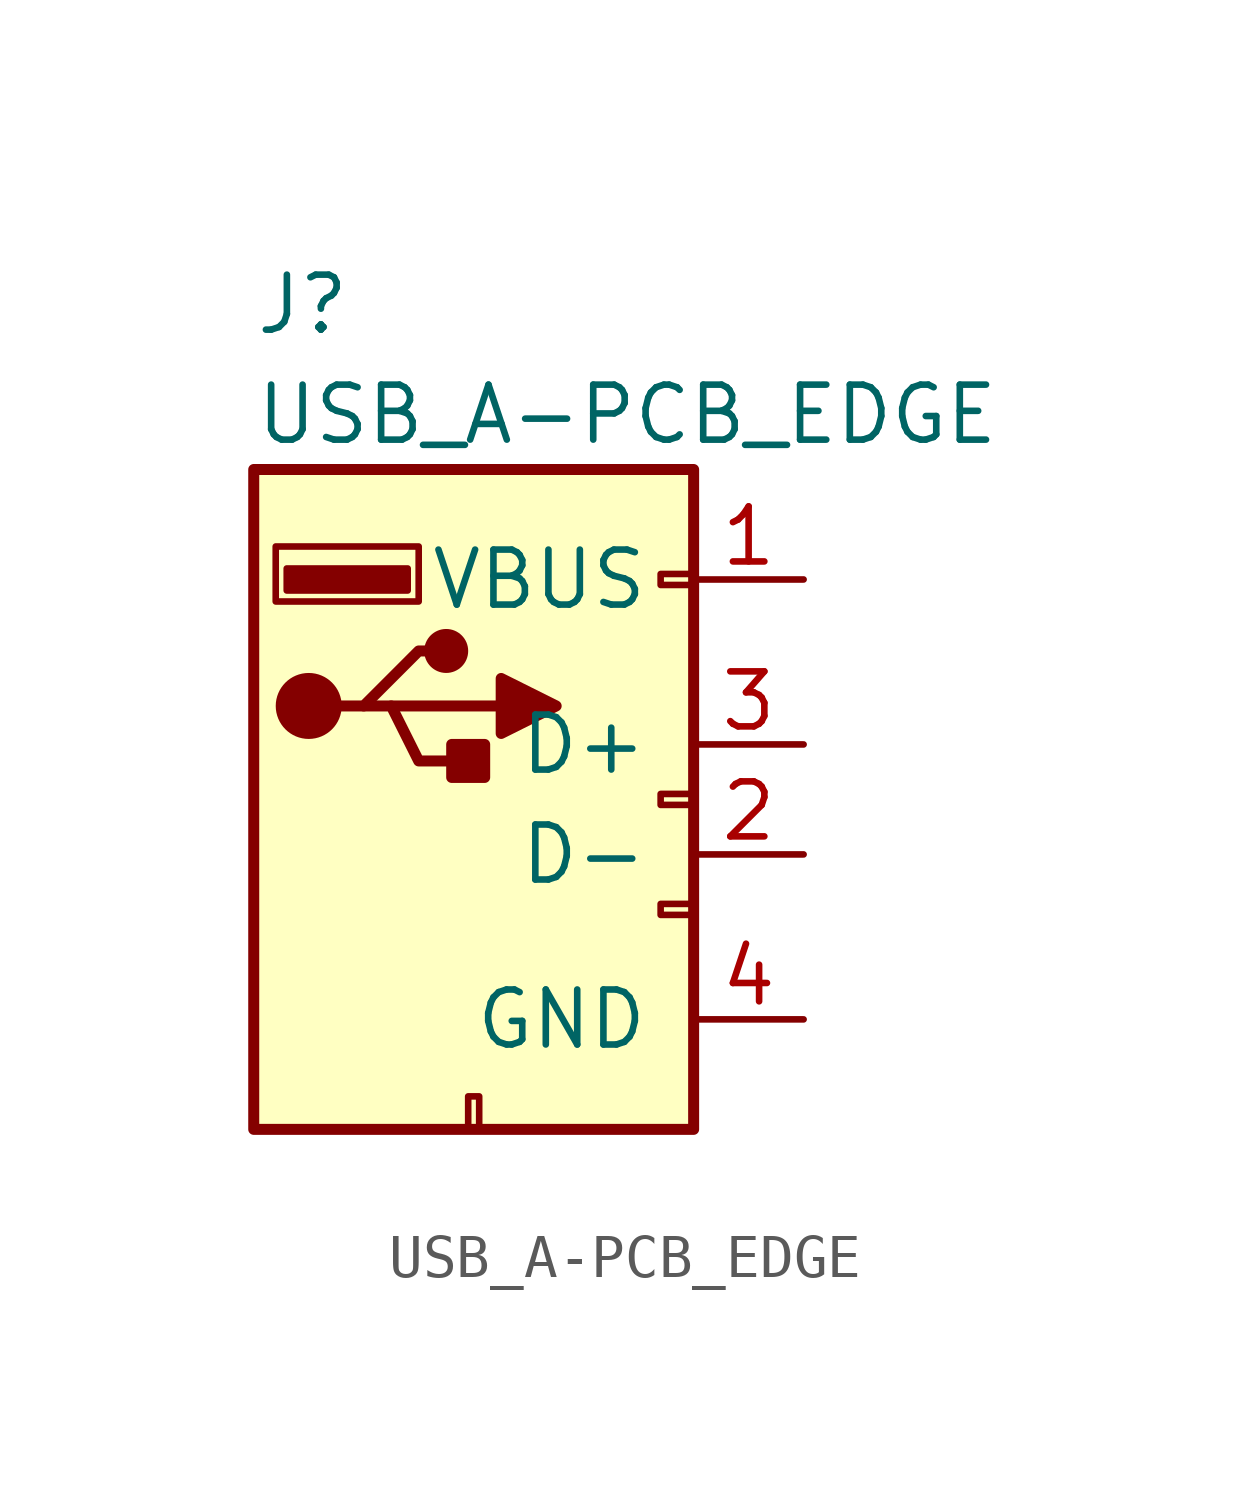
<source format=kicad_sym>
(kicad_symbol_lib
  (version 20231120)
  (generator "kicad_symbol_editor")
  (generator_version "8.0")
  (symbol "USB_A-PCB_EDGE"
    (pin_names
      (offset 1.016))
    (property "Reference" "J"
      (at -5.08 11.43 0)
      (effects (font (size 1.27 1.27)) (justify left)))
    (property "Value" "USB_A-PCB_EDGE"
      (at -5.08 8.89 0)
      (effects (font (size 1.27 1.27)) (justify left)))
    (symbol "USB_A-PCB_EDGE_0_1"
      (rectangle (start -5.08 -7.62) (end 5.08 7.62) (stroke (width 0.254) (type default)) (fill (type background)))
      (circle (center -3.81 2.159) (radius 0.635) (stroke (width 0.254) (type default)) (fill (type outline)))
      (rectangle (start -1.524 4.826) (end -4.318 5.334) (stroke (width 0) (type default)) (fill (type outline)))
      (rectangle (start -1.27 4.572) (end -4.572 5.842) (stroke (width 0) (type default)) (fill (type none)))
      (circle (center -0.635 3.429) (radius 0.381) (stroke (width 0.254) (type default)) (fill (type outline)))
      (rectangle (start -0.127 -7.62) (end 0.127 -6.858) (stroke (width 0) (type default)) (fill (type none)))
      (polyline (pts (xy -3.175 2.159) (xy -2.54 2.159) (xy -1.27 3.429) (xy -0.635 3.429)) (stroke (width 0.254) (type default)) (fill (type none)))
      (polyline (pts (xy -2.54 2.159) (xy -1.905 2.159) (xy -1.27 0.889) (xy 0 0.889)) (stroke (width 0.254) (type default)) (fill (type none)))
      (polyline (pts (xy 0.635 2.794) (xy 0.635 1.524) (xy 1.905 2.159) (xy 0.635 2.794)) (stroke (width 0.254) (type default)) (fill (type outline)))
      (rectangle (start 0.254 1.27) (end -0.508 0.508) (stroke (width 0.254) (type default)) (fill (type outline)))
      (rectangle (start 5.08 -2.667) (end 4.318 -2.413) (stroke (width 0) (type default)) (fill (type none)))
      (rectangle (start 5.08 -0.127) (end 4.318 0.127) (stroke (width 0) (type default)) (fill (type none)))
      (rectangle (start 5.08 4.953) (end 4.318 5.207) (stroke (width 0) (type default)) (fill (type none))))
    (symbol "USB_A-PCB_EDGE_1_1"
      (polyline (pts (xy -1.905 2.159) (xy 0.635 2.159)) (stroke (width 0.254) (type default)) (fill (type none)))
      (pin power_in line (at 7.62 5.08 180) (length 2.54) (name "VBUS" (effects (font (size 1.27 1.27)))) (number "1" (effects (font (size 1.27 1.27)))))
      (pin bidirectional line (at 7.62 -1.27 180) (length 2.54) (name "D-" (effects (font (size 1.27 1.27)))) (number "2" (effects (font (size 1.27 1.27)))))
      (pin bidirectional line (at 7.62 1.27 180) (length 2.54) (name "D+" (effects (font (size 1.27 1.27)))) (number "3" (effects (font (size 1.27 1.27)))))
      (pin power_in line (at 7.62 -5.08 180) (length 2.54) (name "GND" (effects (font (size 1.27 1.27)))) (number "4" (effects (font (size 1.27 1.27))))))))
</source>
